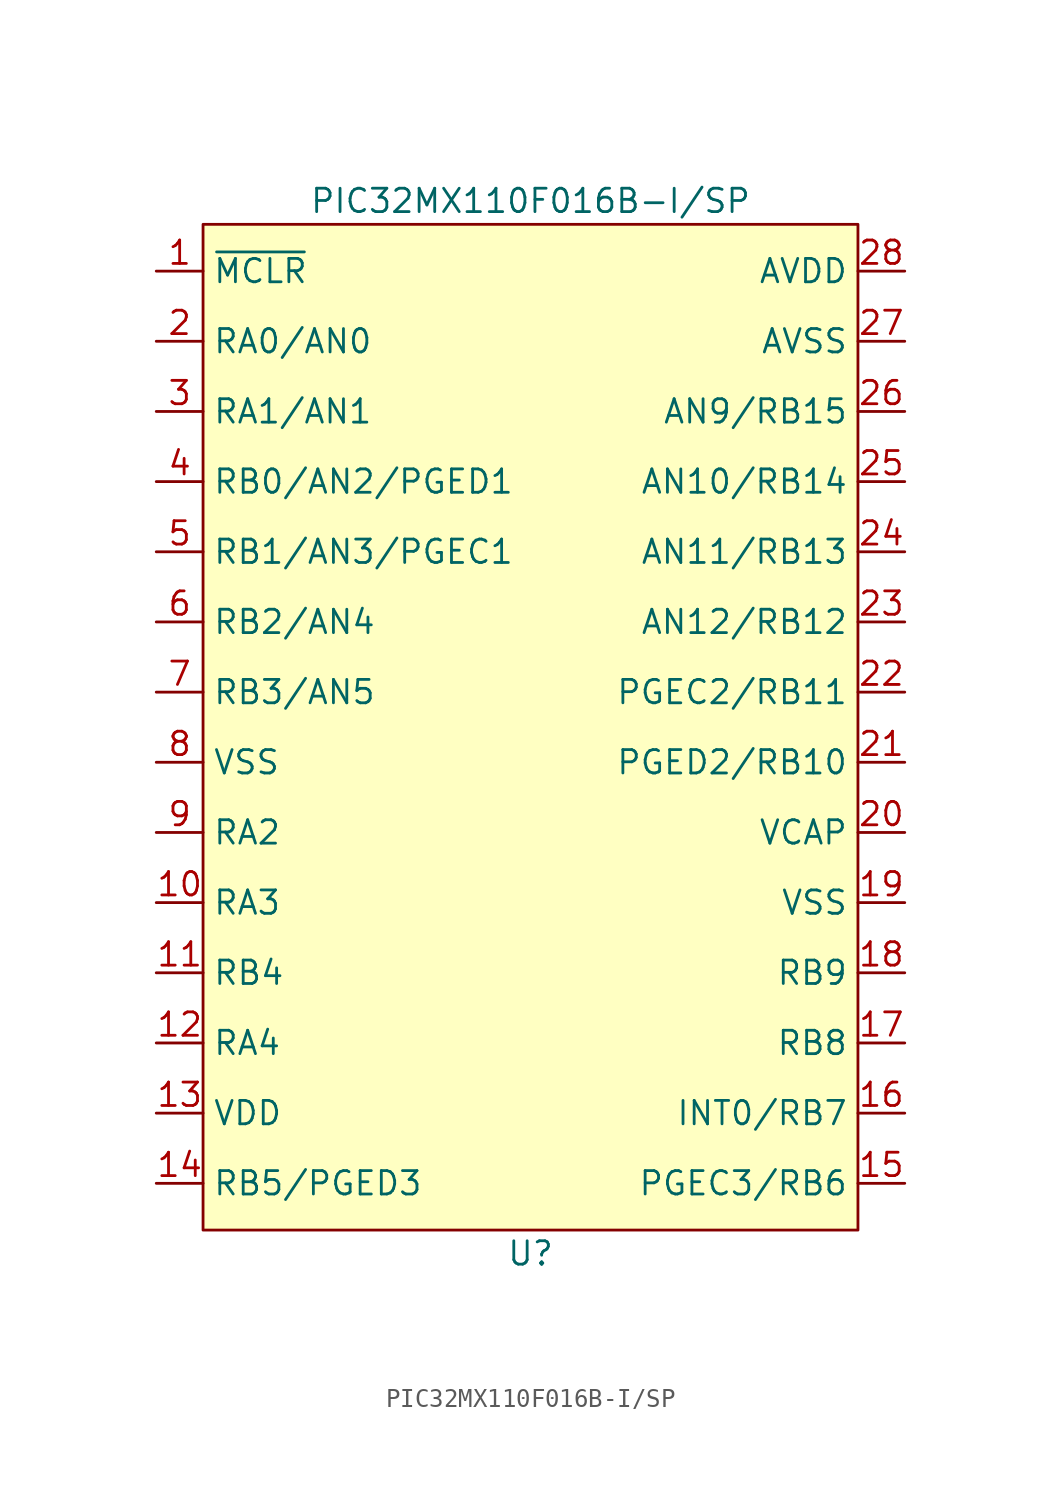
<source format=kicad_sym>
(kicad_symbol_lib
  (version 20241209)
  (generator "kicad_symbol_editor")
  (generator_version "9.0")
  (symbol "PIC32MX110F016B-I/SP"
    (property "Reference" "U"
      (at 0 -29.21 0)
      (effects (font (size 1.27 1.27))))
    (property "Value" "PIC32MX110F016B-I/SP"
      (at 0 27.94 0)
      (effects (font (size 1.27 1.27))))
    (symbol "PIC32MX110F016B-I/SP_1_1"
      (rectangle (start -17.78 26.67) (end 17.78 -27.94) (stroke (width 0) (type solid)) (fill (type background)))
      (pin input line (at -20.32 24.13 0) (length 2.54) (name "~{MCLR}" (effects (font (size 1.27 1.27)))) (number "1" (effects (font (size 1.27 1.27)))))
      (pin bidirectional line (at -20.32 20.32 0) (length 2.54) (name "RA0/AN0" (effects (font (size 1.27 1.27)))) (number "2" (effects (font (size 1.27 1.27)))))
      (pin bidirectional line (at -20.32 16.51 0) (length 2.54) (name "RA1/AN1" (effects (font (size 1.27 1.27)))) (number "3" (effects (font (size 1.27 1.27)))))
      (pin bidirectional line (at -20.32 12.7 0) (length 2.54) (name "RB0/AN2/PGED1" (effects (font (size 1.27 1.27)))) (number "4" (effects (font (size 1.27 1.27)))))
      (pin bidirectional line (at -20.32 8.89 0) (length 2.54) (name "RB1/AN3/PGEC1" (effects (font (size 1.27 1.27)))) (number "5" (effects (font (size 1.27 1.27)))))
      (pin bidirectional line (at -20.32 5.08 0) (length 2.54) (name "RB2/AN4" (effects (font (size 1.27 1.27)))) (number "6" (effects (font (size 1.27 1.27)))))
      (pin bidirectional line (at -20.32 1.27 0) (length 2.54) (name "RB3/AN5" (effects (font (size 1.27 1.27)))) (number "7" (effects (font (size 1.27 1.27)))))
      (pin power_in line (at -20.32 -2.54 0) (length 2.54) (name "VSS" (effects (font (size 1.27 1.27)))) (number "8" (effects (font (size 1.27 1.27)))))
      (pin bidirectional line (at -20.32 -6.35 0) (length 2.54) (name "RA2" (effects (font (size 1.27 1.27)))) (number "9" (effects (font (size 1.27 1.27)))))
      (pin bidirectional line (at -20.32 -10.16 0) (length 2.54) (name "RA3" (effects (font (size 1.27 1.27)))) (number "10" (effects (font (size 1.27 1.27)))))
      (pin bidirectional line (at -20.32 -13.97 0) (length 2.54) (name "RB4" (effects (font (size 1.27 1.27)))) (number "11" (effects (font (size 1.27 1.27)))))
      (pin bidirectional line (at -20.32 -17.78 0) (length 2.54) (name "RA4" (effects (font (size 1.27 1.27)))) (number "12" (effects (font (size 1.27 1.27)))))
      (pin power_in line (at -20.32 -21.59 0) (length 2.54) (name "VDD" (effects (font (size 1.27 1.27)))) (number "13" (effects (font (size 1.27 1.27)))))
      (pin bidirectional line (at -20.32 -25.4 0) (length 2.54) (name "RB5/PGED3" (effects (font (size 1.27 1.27)))) (number "14" (effects (font (size 1.27 1.27)))))
      (pin power_in line (at 20.32 24.13 180) (length 2.54) (name "AVDD" (effects (font (size 1.27 1.27)))) (number "28" (effects (font (size 1.27 1.27)))))
      (pin power_in line (at 20.32 20.32 180) (length 2.54) (name "AVSS" (effects (font (size 1.27 1.27)))) (number "27" (effects (font (size 1.27 1.27)))))
      (pin bidirectional line (at 20.32 16.51 180) (length 2.54) (name "AN9/RB15" (effects (font (size 1.27 1.27)))) (number "26" (effects (font (size 1.27 1.27)))))
      (pin bidirectional line (at 20.32 12.7 180) (length 2.54) (name "AN10/RB14" (effects (font (size 1.27 1.27)))) (number "25" (effects (font (size 1.27 1.27)))))
      (pin bidirectional line (at 20.32 8.89 180) (length 2.54) (name "AN11/RB13" (effects (font (size 1.27 1.27)))) (number "24" (effects (font (size 1.27 1.27)))))
      (pin bidirectional line (at 20.32 5.08 180) (length 2.54) (name "AN12/RB12" (effects (font (size 1.27 1.27)))) (number "23" (effects (font (size 1.27 1.27)))))
      (pin bidirectional line (at 20.32 1.27 180) (length 2.54) (name "PGEC2/RB11" (effects (font (size 1.27 1.27)))) (number "22" (effects (font (size 1.27 1.27)))))
      (pin bidirectional line (at 20.32 -2.54 180) (length 2.54) (name "PGED2/RB10" (effects (font (size 1.27 1.27)))) (number "21" (effects (font (size 1.27 1.27)))))
      (pin power_out line (at 20.32 -6.35 180) (length 2.54) (name "VCAP" (effects (font (size 1.27 1.27)))) (number "20" (effects (font (size 1.27 1.27)))))
      (pin power_in line (at 20.32 -10.16 180) (length 2.54) (name "VSS" (effects (font (size 1.27 1.27)))) (number "19" (effects (font (size 1.27 1.27)))))
      (pin bidirectional line (at 20.32 -13.97 180) (length 2.54) (name "RB9" (effects (font (size 1.27 1.27)))) (number "18" (effects (font (size 1.27 1.27)))))
      (pin bidirectional line (at 20.32 -17.78 180) (length 2.54) (name "RB8" (effects (font (size 1.27 1.27)))) (number "17" (effects (font (size 1.27 1.27)))))
      (pin bidirectional line (at 20.32 -21.59 180) (length 2.54) (name "INT0/RB7" (effects (font (size 1.27 1.27)))) (number "16" (effects (font (size 1.27 1.27)))))
      (pin bidirectional line (at 20.32 -25.4 180) (length 2.54) (name "PGEC3/RB6" (effects (font (size 1.27 1.27)))) (number "15" (effects (font (size 1.27 1.27))))))))
</source>
